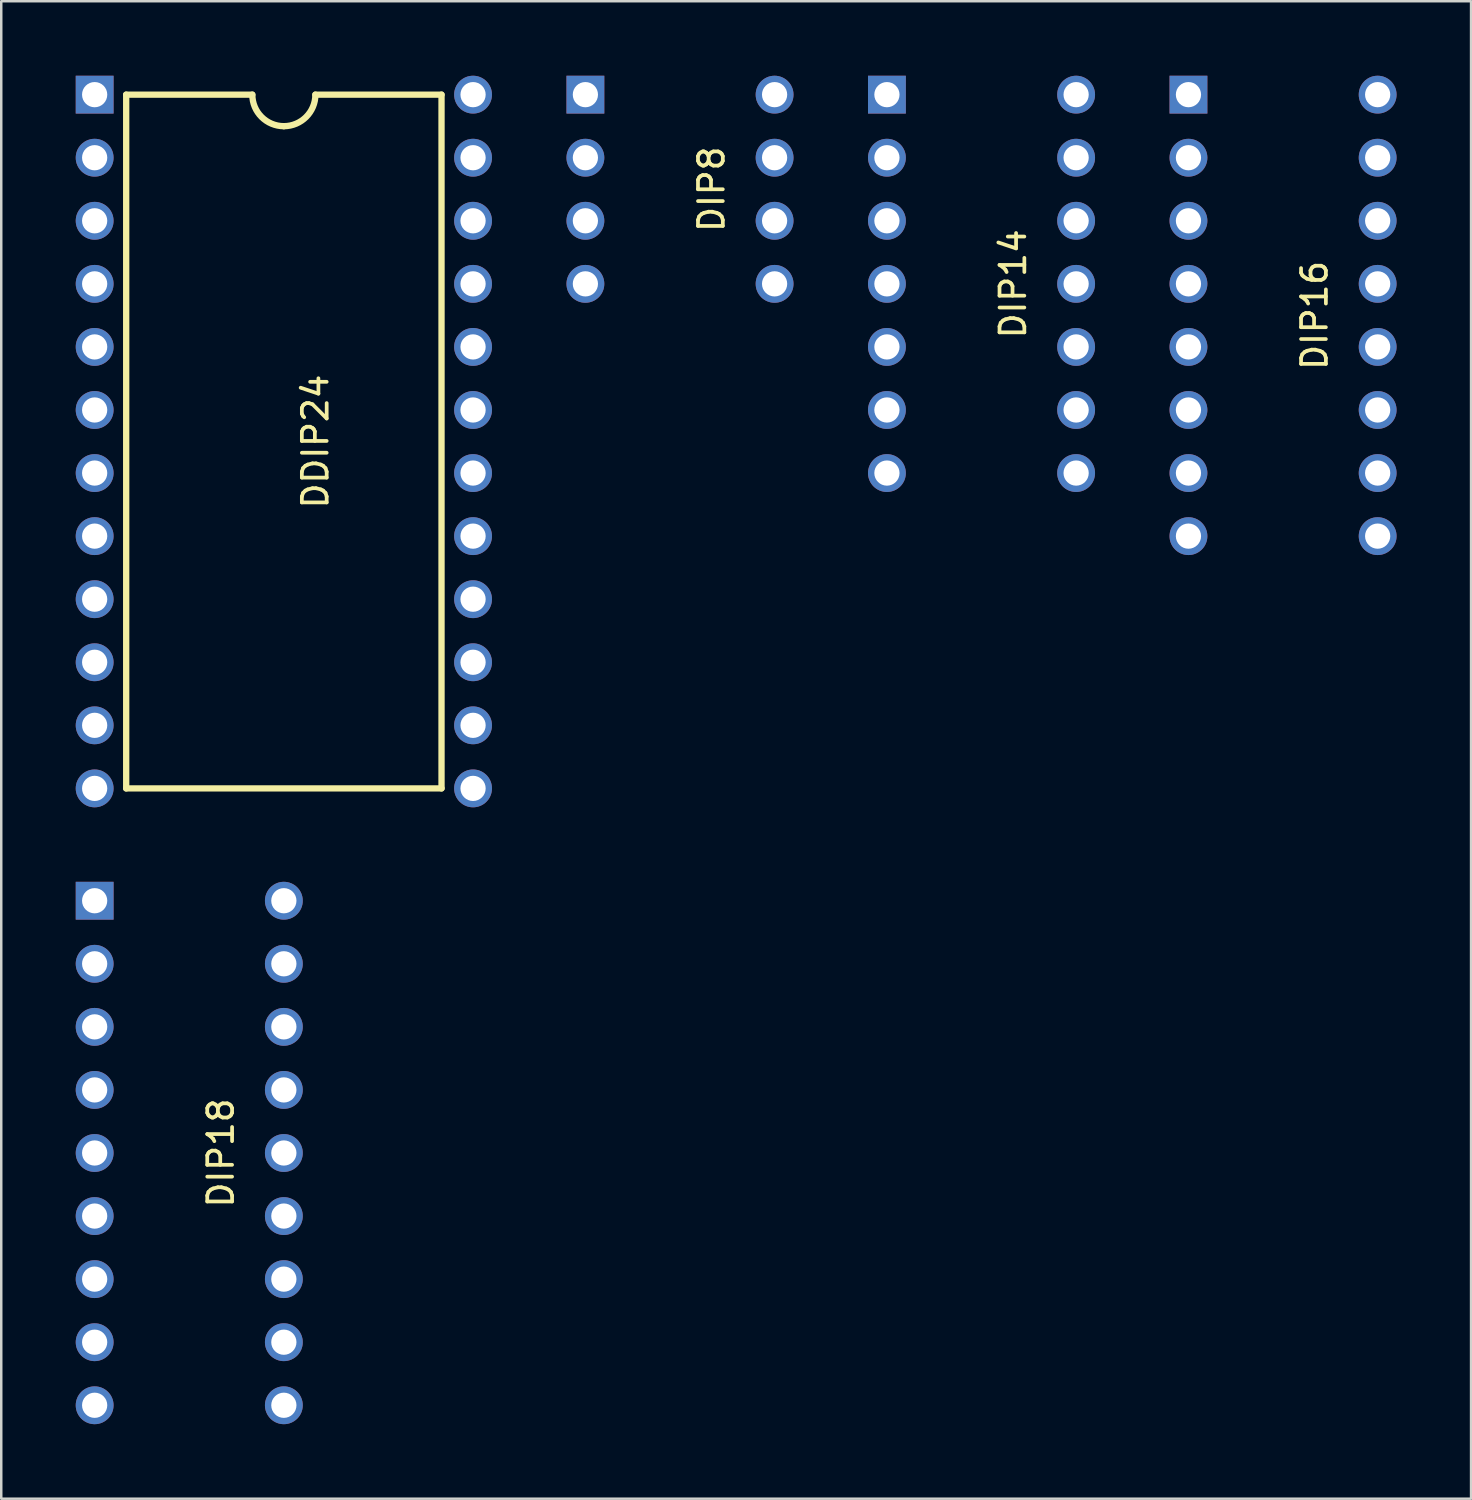
<source format=kicad_pcb>
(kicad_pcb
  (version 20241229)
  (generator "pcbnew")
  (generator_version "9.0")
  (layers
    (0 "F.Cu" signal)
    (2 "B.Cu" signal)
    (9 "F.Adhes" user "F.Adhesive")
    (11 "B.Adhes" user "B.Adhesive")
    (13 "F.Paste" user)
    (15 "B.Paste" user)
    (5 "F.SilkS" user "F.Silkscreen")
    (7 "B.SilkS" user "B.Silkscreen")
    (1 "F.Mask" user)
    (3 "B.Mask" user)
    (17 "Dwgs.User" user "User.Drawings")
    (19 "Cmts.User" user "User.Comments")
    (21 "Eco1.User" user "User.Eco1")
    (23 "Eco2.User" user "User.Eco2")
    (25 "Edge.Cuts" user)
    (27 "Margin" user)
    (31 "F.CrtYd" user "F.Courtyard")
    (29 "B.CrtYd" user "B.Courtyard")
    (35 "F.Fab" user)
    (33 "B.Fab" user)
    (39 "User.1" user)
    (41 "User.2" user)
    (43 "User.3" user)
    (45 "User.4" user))
  (footprint "DIP18"
    (layer "F.Cu")
    (at 4.572 43.386)
    (property "Reference" "DIP18" (at 1.27 0 90) (layer "F.SilkS") (effects (font (size 1 1) (thickness 0.15))))
    (attr through_hole)
    (pad "1" thru_hole rect (at -3.81 -10.16) (size 1.524 1.524) (drill 1.016) (layers "*.Cu" "*.Mask"))
    (pad "2" thru_hole circle (at -3.81 -7.62) (size 1.524 1.524) (drill 1.016) (layers "*.Cu" "*.Mask"))
    (pad "3" thru_hole circle (at -3.81 -5.08) (size 1.524 1.524) (drill 1.016) (layers "*.Cu" "*.Mask"))
    (pad "4" thru_hole circle (at -3.81 -2.54) (size 1.524 1.524) (drill 1.016) (layers "*.Cu" "*.Mask"))
    (pad "5" thru_hole circle (at -3.81 0) (size 1.524 1.524) (drill 1.016) (layers "*.Cu" "*.Mask"))
    (pad "6" thru_hole circle (at -3.81 2.54) (size 1.524 1.524) (drill 1.016) (layers "*.Cu" "*.Mask"))
    (pad "7" thru_hole circle (at -3.81 5.08) (size 1.524 1.524) (drill 1.016) (layers "*.Cu" "*.Mask"))
    (pad "8" thru_hole circle (at -3.81 7.62) (size 1.524 1.524) (drill 1.016) (layers "*.Cu" "*.Mask"))
    (pad "9" thru_hole circle (at -3.81 10.16) (size 1.524 1.524) (drill 1.016) (layers "*.Cu" "*.Mask"))
    (pad "10" thru_hole circle (at 3.81 10.16) (size 1.524 1.524) (drill 1.016) (layers "*.Cu" "*.Mask"))
    (pad "11" thru_hole circle (at 3.81 7.62) (size 1.524 1.524) (drill 1.016) (layers "*.Cu" "*.Mask"))
    (pad "12" thru_hole circle (at 3.81 5.08) (size 1.524 1.524) (drill 1.016) (layers "*.Cu" "*.Mask"))
    (pad "13" thru_hole circle (at 3.81 2.54) (size 1.524 1.524) (drill 1.016) (layers "*.Cu" "*.Mask"))
    (pad "14" thru_hole circle (at 3.81 0) (size 1.524 1.524) (drill 1.016) (layers "*.Cu" "*.Mask"))
    (pad "15" thru_hole circle (at 3.81 -2.54) (size 1.524 1.524) (drill 1.016) (layers "*.Cu" "*.Mask"))
    (pad "16" thru_hole circle (at 3.81 -5.08) (size 1.524 1.524) (drill 1.016) (layers "*.Cu" "*.Mask"))
    (pad "17" thru_hole circle (at 3.81 -7.62) (size 1.524 1.524) (drill 1.016) (layers "*.Cu" "*.Mask"))
    (pad "18" thru_hole circle (at 3.81 -10.16) (size 1.524 1.524) (drill 1.016) (layers "*.Cu" "*.Mask")))
  (footprint "DIP14"
    (layer "F.Cu")
    (at 36.48 8.382)
    (property "Reference" "DIP14" (at 1.27 0 90) (layer "F.SilkS") (effects (font (size 1 1) (thickness 0.15))))
    (attr through_hole)
    (pad "1" thru_hole rect (at -3.81 -7.62) (size 1.524 1.524) (drill 1.016) (layers "*.Cu" "*.Mask"))
    (pad "2" thru_hole circle (at -3.81 -5.08) (size 1.524 1.524) (drill 1.016) (layers "*.Cu" "*.Mask"))
    (pad "3" thru_hole circle (at -3.81 -2.54) (size 1.524 1.524) (drill 1.016) (layers "*.Cu" "*.Mask"))
    (pad "4" thru_hole circle (at -3.81 0) (size 1.524 1.524) (drill 1.016) (layers "*.Cu" "*.Mask"))
    (pad "5" thru_hole circle (at -3.81 2.54) (size 1.524 1.524) (drill 1.016) (layers "*.Cu" "*.Mask"))
    (pad "6" thru_hole circle (at -3.81 5.08) (size 1.524 1.524) (drill 1.016) (layers "*.Cu" "*.Mask"))
    (pad "7" thru_hole circle (at -3.81 7.62) (size 1.524 1.524) (drill 1.016) (layers "*.Cu" "*.Mask"))
    (pad "8" thru_hole circle (at 3.81 7.62) (size 1.524 1.524) (drill 1.016) (layers "*.Cu" "*.Mask"))
    (pad "9" thru_hole circle (at 3.81 5.08) (size 1.524 1.524) (drill 1.016) (layers "*.Cu" "*.Mask"))
    (pad "10" thru_hole circle (at 3.81 2.54) (size 1.524 1.524) (drill 1.016) (layers "*.Cu" "*.Mask"))
    (pad "11" thru_hole circle (at 3.81 0) (size 1.524 1.524) (drill 1.016) (layers "*.Cu" "*.Mask"))
    (pad "12" thru_hole circle (at 3.81 -2.54) (size 1.524 1.524) (drill 1.016) (layers "*.Cu" "*.Mask"))
    (pad "13" thru_hole circle (at 3.81 -5.08) (size 1.524 1.524) (drill 1.016) (layers "*.Cu" "*.Mask"))
    (pad "14" thru_hole circle (at 3.81 -7.62) (size 1.524 1.524) (drill 1.016) (layers "*.Cu" "*.Mask")))
  (footprint "DDIP24"
    (layer "F.Cu")
    (at 8.382 14.732)
    (property "Reference" "DDIP24" (at 1.27 0 90) (layer "F.SilkS") (effects (font (size 1 1) (thickness 0.15))))
    (attr through_hole)
    (fp_line (start -6.35 -13.97) (end -6.35 13.97) (stroke (width 0.254) (type solid)) (layer "F.SilkS"))
    (fp_line (start -6.35 -13.97) (end -1.27 -13.97) (stroke (width 0.254) (type solid)) (layer "F.SilkS"))
    (fp_line (start -6.35 13.97) (end 6.35 13.97) (stroke (width 0.254) (type solid)) (layer "F.SilkS"))
    (fp_line (start 6.35 -13.97) (end 1.27 -13.97) (stroke (width 0.254) (type solid)) (layer "F.SilkS"))
    (fp_line (start 6.35 13.97) (end 6.35 -13.97) (stroke (width 0.254) (type solid)) (layer "F.SilkS"))
    (fp_arc (start 0 -12.7) (mid -0.898026 -13.071974) (end -1.27 -13.97) (stroke (width 0.254) (type solid)) (layer "F.SilkS"))
    (fp_arc (start 1.27 -13.97) (mid 0.898026 -13.071974) (end 0 -12.7) (stroke (width 0.254) (type solid)) (layer "F.SilkS"))
    (pad "1" thru_hole rect (at -7.62 -13.97) (size 1.524 1.524) (drill 1.016) (layers "*.Cu" "*.Mask"))
    (pad "2" thru_hole circle (at -7.62 -11.43) (size 1.524 1.524) (drill 1.016) (layers "*.Cu" "*.Mask"))
    (pad "3" thru_hole circle (at -7.62 -8.89) (size 1.524 1.524) (drill 1.016) (layers "*.Cu" "*.Mask"))
    (pad "4" thru_hole circle (at -7.62 -6.35) (size 1.524 1.524) (drill 1.016) (layers "*.Cu" "*.Mask"))
    (pad "5" thru_hole circle (at -7.62 -3.81) (size 1.524 1.524) (drill 1.016) (layers "*.Cu" "*.Mask"))
    (pad "6" thru_hole circle (at -7.62 -1.27) (size 1.524 1.524) (drill 1.016) (layers "*.Cu" "*.Mask"))
    (pad "7" thru_hole circle (at -7.62 1.27) (size 1.524 1.524) (drill 1.016) (layers "*.Cu" "*.Mask"))
    (pad "8" thru_hole circle (at -7.62 3.81) (size 1.524 1.524) (drill 1.016) (layers "*.Cu" "*.Mask"))
    (pad "9" thru_hole circle (at -7.62 6.35) (size 1.524 1.524) (drill 1.016) (layers "*.Cu" "*.Mask"))
    (pad "10" thru_hole circle (at -7.62 8.89) (size 1.524 1.524) (drill 1.016) (layers "*.Cu" "*.Mask"))
    (pad "11" thru_hole circle (at -7.62 11.43) (size 1.524 1.524) (drill 1.016) (layers "*.Cu" "*.Mask"))
    (pad "12" thru_hole circle (at -7.62 13.97) (size 1.524 1.524) (drill 1.016) (layers "*.Cu" "*.Mask"))
    (pad "13" thru_hole circle (at 7.62 13.97) (size 1.524 1.524) (drill 1.016) (layers "*.Cu" "*.Mask"))
    (pad "14" thru_hole circle (at 7.62 11.43) (size 1.524 1.524) (drill 1.016) (layers "*.Cu" "*.Mask"))
    (pad "15" thru_hole circle (at 7.62 8.89) (size 1.524 1.524) (drill 1.016) (layers "*.Cu" "*.Mask"))
    (pad "16" thru_hole circle (at 7.62 6.35) (size 1.524 1.524) (drill 1.016) (layers "*.Cu" "*.Mask"))
    (pad "17" thru_hole circle (at 7.62 3.81) (size 1.524 1.524) (drill 1.016) (layers "*.Cu" "*.Mask"))
    (pad "18" thru_hole circle (at 7.62 1.27) (size 1.524 1.524) (drill 1.016) (layers "*.Cu" "*.Mask"))
    (pad "19" thru_hole circle (at 7.62 -1.27) (size 1.524 1.524) (drill 1.016) (layers "*.Cu" "*.Mask"))
    (pad "20" thru_hole circle (at 7.62 -3.81) (size 1.524 1.524) (drill 1.016) (layers "*.Cu" "*.Mask"))
    (pad "21" thru_hole circle (at 7.62 -6.35) (size 1.524 1.524) (drill 1.016) (layers "*.Cu" "*.Mask"))
    (pad "22" thru_hole circle (at 7.62 -8.89) (size 1.524 1.524) (drill 1.016) (layers "*.Cu" "*.Mask"))
    (pad "23" thru_hole circle (at 7.62 -11.43) (size 1.524 1.524) (drill 1.016) (layers "*.Cu" "*.Mask"))
    (pad "24" thru_hole circle (at 7.62 -13.97) (size 1.524 1.524) (drill 1.016) (layers "*.Cu" "*.Mask")))
  (footprint "DIP16"
    (layer "F.Cu")
    (at 48.624 9.652)
    (property "Reference" "DIP16" (at 1.27 0 90) (layer "F.SilkS") (effects (font (size 1 1) (thickness 0.15))))
    (attr through_hole)
    (pad "1" thru_hole rect (at -3.81 -8.89) (size 1.524 1.524) (drill 1.016) (layers "*.Cu" "*.Mask"))
    (pad "2" thru_hole circle (at -3.81 -6.35) (size 1.524 1.524) (drill 1.016) (layers "*.Cu" "*.Mask"))
    (pad "3" thru_hole circle (at -3.81 -3.81) (size 1.524 1.524) (drill 1.016) (layers "*.Cu" "*.Mask"))
    (pad "4" thru_hole circle (at -3.81 -1.27) (size 1.524 1.524) (drill 1.016) (layers "*.Cu" "*.Mask"))
    (pad "5" thru_hole circle (at -3.81 1.27) (size 1.524 1.524) (drill 1.016) (layers "*.Cu" "*.Mask"))
    (pad "6" thru_hole circle (at -3.81 3.81) (size 1.524 1.524) (drill 1.016) (layers "*.Cu" "*.Mask"))
    (pad "7" thru_hole circle (at -3.81 6.35) (size 1.524 1.524) (drill 1.016) (layers "*.Cu" "*.Mask"))
    (pad "8" thru_hole circle (at -3.81 8.89) (size 1.524 1.524) (drill 1.016) (layers "*.Cu" "*.Mask"))
    (pad "9" thru_hole circle (at 3.81 8.89) (size 1.524 1.524) (drill 1.016) (layers "*.Cu" "*.Mask"))
    (pad "10" thru_hole circle (at 3.81 6.35) (size 1.524 1.524) (drill 1.016) (layers "*.Cu" "*.Mask"))
    (pad "11" thru_hole circle (at 3.81 3.81) (size 1.524 1.524) (drill 1.016) (layers "*.Cu" "*.Mask"))
    (pad "12" thru_hole circle (at 3.81 1.27) (size 1.524 1.524) (drill 1.016) (layers "*.Cu" "*.Mask"))
    (pad "13" thru_hole circle (at 3.81 -1.27) (size 1.524 1.524) (drill 1.016) (layers "*.Cu" "*.Mask"))
    (pad "14" thru_hole circle (at 3.81 -3.81) (size 1.524 1.524) (drill 1.016) (layers "*.Cu" "*.Mask"))
    (pad "15" thru_hole circle (at 3.81 -6.35) (size 1.524 1.524) (drill 1.016) (layers "*.Cu" "*.Mask"))
    (pad "16" thru_hole circle (at 3.81 -8.89) (size 1.524 1.524) (drill 1.016) (layers "*.Cu" "*.Mask")))
  (footprint "DIP8"
    (layer "F.Cu")
    (at 24.336 4.572)
    (property "Reference" "DIP8" (at 1.27 0 90) (layer "F.SilkS") (effects (font (size 1 1) (thickness 0.15))))
    (attr through_hole)
    (pad "1" thru_hole rect (at -3.81 -3.81) (size 1.524 1.524) (drill 1.016) (layers "*.Cu" "*.Mask"))
    (pad "2" thru_hole circle (at -3.81 -1.27) (size 1.524 1.524) (drill 1.016) (layers "*.Cu" "*.Mask"))
    (pad "3" thru_hole circle (at -3.81 1.27) (size 1.524 1.524) (drill 1.016) (layers "*.Cu" "*.Mask"))
    (pad "4" thru_hole circle (at -3.81 3.81) (size 1.524 1.524) (drill 1.016) (layers "*.Cu" "*.Mask"))
    (pad "5" thru_hole circle (at 3.81 3.81) (size 1.524 1.524) (drill 1.016) (layers "*.Cu" "*.Mask"))
    (pad "6" thru_hole circle (at 3.81 1.27) (size 1.524 1.524) (drill 1.016) (layers "*.Cu" "*.Mask"))
    (pad "7" thru_hole circle (at 3.81 -1.27) (size 1.524 1.524) (drill 1.016) (layers "*.Cu" "*.Mask"))
    (pad "8" thru_hole circle (at 3.81 -3.81) (size 1.524 1.524) (drill 1.016) (layers "*.Cu" "*.Mask")))
  (gr_rect
    (start -3 -3)
    (end 56.196 57.308)
    (stroke (width 0.1) (type default))
    (fill no)
    (layer "Edge.Cuts")))
</source>
